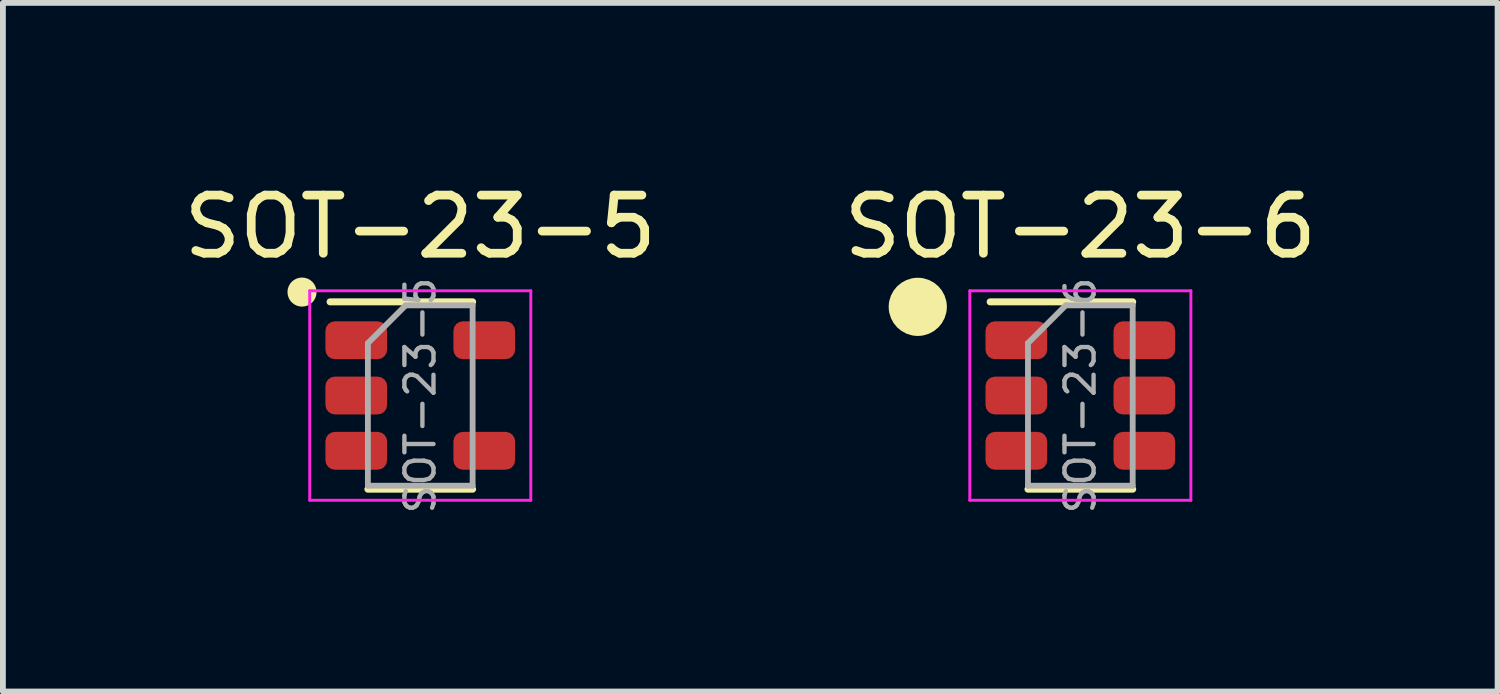
<source format=kicad_pcb>
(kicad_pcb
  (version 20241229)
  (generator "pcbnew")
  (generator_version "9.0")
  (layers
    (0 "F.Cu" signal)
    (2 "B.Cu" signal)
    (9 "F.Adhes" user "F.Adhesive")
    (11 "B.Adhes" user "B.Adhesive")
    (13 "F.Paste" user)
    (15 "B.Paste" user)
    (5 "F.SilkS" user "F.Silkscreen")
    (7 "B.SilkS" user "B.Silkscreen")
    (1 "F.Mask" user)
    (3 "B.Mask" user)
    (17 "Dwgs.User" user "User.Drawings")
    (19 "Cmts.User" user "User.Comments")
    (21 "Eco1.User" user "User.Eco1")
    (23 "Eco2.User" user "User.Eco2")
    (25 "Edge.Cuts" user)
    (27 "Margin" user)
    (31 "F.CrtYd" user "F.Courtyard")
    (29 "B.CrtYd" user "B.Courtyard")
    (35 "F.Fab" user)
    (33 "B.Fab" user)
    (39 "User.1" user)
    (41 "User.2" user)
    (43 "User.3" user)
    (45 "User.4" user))
  (footprint "SOT-23-6"
    (layer "F.Cu")
    (at 15.518 3.748)
    (property "Reference" "SOT-23-6" (at 0 -2.9 0) (layer "F.SilkS") (effects (font (size 1 1) (thickness 0.15))))
    (attr smd)
    (fp_line (start -0.9 1.61) (end 0.9 1.61) (stroke (width 0.12) (type solid)) (layer "F.SilkS"))
    (fp_line (start 0.9 -1.61) (end -1.55 -1.61) (stroke (width 0.12) (type solid)) (layer "F.SilkS"))
    (fp_circle (center -2.794 -1.524) (end -2.544 -1.524) (stroke (width 0.5) (type solid)) (fill no) (layer "F.SilkS"))
    (fp_line (start -1.9 -1.8) (end -1.9 1.8) (stroke (width 0.05) (type solid)) (layer "F.CrtYd"))
    (fp_line (start -1.9 1.8) (end 1.9 1.8) (stroke (width 0.05) (type solid)) (layer "F.CrtYd"))
    (fp_line (start 1.9 -1.8) (end -1.9 -1.8) (stroke (width 0.05) (type solid)) (layer "F.CrtYd"))
    (fp_line (start 1.9 1.8) (end 1.9 -1.8) (stroke (width 0.05) (type solid)) (layer "F.CrtYd"))
    (fp_line (start -0.9 -0.9) (end -0.9 1.55) (stroke (width 0.1) (type solid)) (layer "F.Fab"))
    (fp_line (start -0.9 -0.9) (end -0.25 -1.55) (stroke (width 0.1) (type solid)) (layer "F.Fab"))
    (fp_line (start 0.9 -1.55) (end -0.25 -1.55) (stroke (width 0.1) (type solid)) (layer "F.Fab"))
    (fp_line (start 0.9 -1.55) (end 0.9 1.55) (stroke (width 0.1) (type solid)) (layer "F.Fab"))
    (fp_line (start 0.9 1.55) (end -0.9 1.55) (stroke (width 0.1) (type solid)) (layer "F.Fab"))
    (fp_text user "${REFERENCE}" (at 0 0 90) (layer "F.Fab") (effects (font (size 0.5 0.5) (thickness 0.075))))
    (pad "1" smd roundrect (at -1.1 -0.95) (size 1.06 0.65) (layers "F.Cu" "F.Mask" "F.Paste") (roundrect_rratio 0.25))
    (pad "2" smd roundrect (at -1.1 0) (size 1.06 0.65) (layers "F.Cu" "F.Mask" "F.Paste") (roundrect_rratio 0.25))
    (pad "3" smd roundrect (at -1.1 0.95) (size 1.06 0.65) (layers "F.Cu" "F.Mask" "F.Paste") (roundrect_rratio 0.25))
    (pad "4" smd roundrect (at 1.1 0.95) (size 1.06 0.65) (layers "F.Cu" "F.Mask" "F.Paste") (roundrect_rratio 0.25))
    (pad "5" smd roundrect (at 1.1 0) (size 1.06 0.65) (layers "F.Cu" "F.Mask" "F.Paste") (roundrect_rratio 0.25))
    (pad "6" smd roundrect (at 1.1 -0.95) (size 1.06 0.65) (layers "F.Cu" "F.Mask" "F.Paste") (roundrect_rratio 0.25)))
  (footprint "SOT-23-5"
    (layer "F.Cu")
    (at 4.173 3.748)
    (property "Reference" "SOT-23-5" (at 0 -2.9 0) (layer "F.SilkS") (effects (font (size 1 1) (thickness 0.15))))
    (attr smd)
    (fp_line (start -0.9 1.61) (end 0.9 1.61) (stroke (width 0.12) (type solid)) (layer "F.SilkS"))
    (fp_line (start 0.9 -1.61) (end -1.55 -1.61) (stroke (width 0.12) (type solid)) (layer "F.SilkS"))
    (fp_circle (center -2.032 -1.778) (end -1.907 -1.778) (stroke (width 0.25) (type solid)) (fill no) (layer "F.SilkS"))
    (fp_line (start -1.9 -1.8) (end 1.9 -1.8) (stroke (width 0.05) (type solid)) (layer "F.CrtYd"))
    (fp_line (start -1.9 1.8) (end -1.9 -1.8) (stroke (width 0.05) (type solid)) (layer "F.CrtYd"))
    (fp_line (start 1.9 -1.8) (end 1.9 1.8) (stroke (width 0.05) (type solid)) (layer "F.CrtYd"))
    (fp_line (start 1.9 1.8) (end -1.9 1.8) (stroke (width 0.05) (type solid)) (layer "F.CrtYd"))
    (fp_line (start -0.9 -0.9) (end -0.9 1.55) (stroke (width 0.1) (type solid)) (layer "F.Fab"))
    (fp_line (start -0.9 -0.9) (end -0.25 -1.55) (stroke (width 0.1) (type solid)) (layer "F.Fab"))
    (fp_line (start 0.9 -1.55) (end -0.25 -1.55) (stroke (width 0.1) (type solid)) (layer "F.Fab"))
    (fp_line (start 0.9 -1.55) (end 0.9 1.55) (stroke (width 0.1) (type solid)) (layer "F.Fab"))
    (fp_line (start 0.9 1.55) (end -0.9 1.55) (stroke (width 0.1) (type solid)) (layer "F.Fab"))
    (fp_text user "${REFERENCE}" (at 0 0 90) (layer "F.Fab") (effects (font (size 0.5 0.5) (thickness 0.075))))
    (pad "1" smd roundrect (at -1.1 -0.95) (size 1.06 0.65) (layers "F.Cu" "F.Mask" "F.Paste") (roundrect_rratio 0.25))
    (pad "2" smd roundrect (at -1.1 0) (size 1.06 0.65) (layers "F.Cu" "F.Mask" "F.Paste") (roundrect_rratio 0.25))
    (pad "3" smd roundrect (at -1.1 0.95) (size 1.06 0.65) (layers "F.Cu" "F.Mask" "F.Paste") (roundrect_rratio 0.25))
    (pad "4" smd roundrect (at 1.1 0.95) (size 1.06 0.65) (layers "F.Cu" "F.Mask" "F.Paste") (roundrect_rratio 0.25))
    (pad "5" smd roundrect (at 1.1 -0.95) (size 1.06 0.65) (layers "F.Cu" "F.Mask" "F.Paste") (roundrect_rratio 0.25)))
  (gr_rect
    (start -3 -3)
    (end 22.69 8.835)
    (stroke (width 0.1) (type default))
    (fill no)
    (layer "Edge.Cuts")))
</source>
